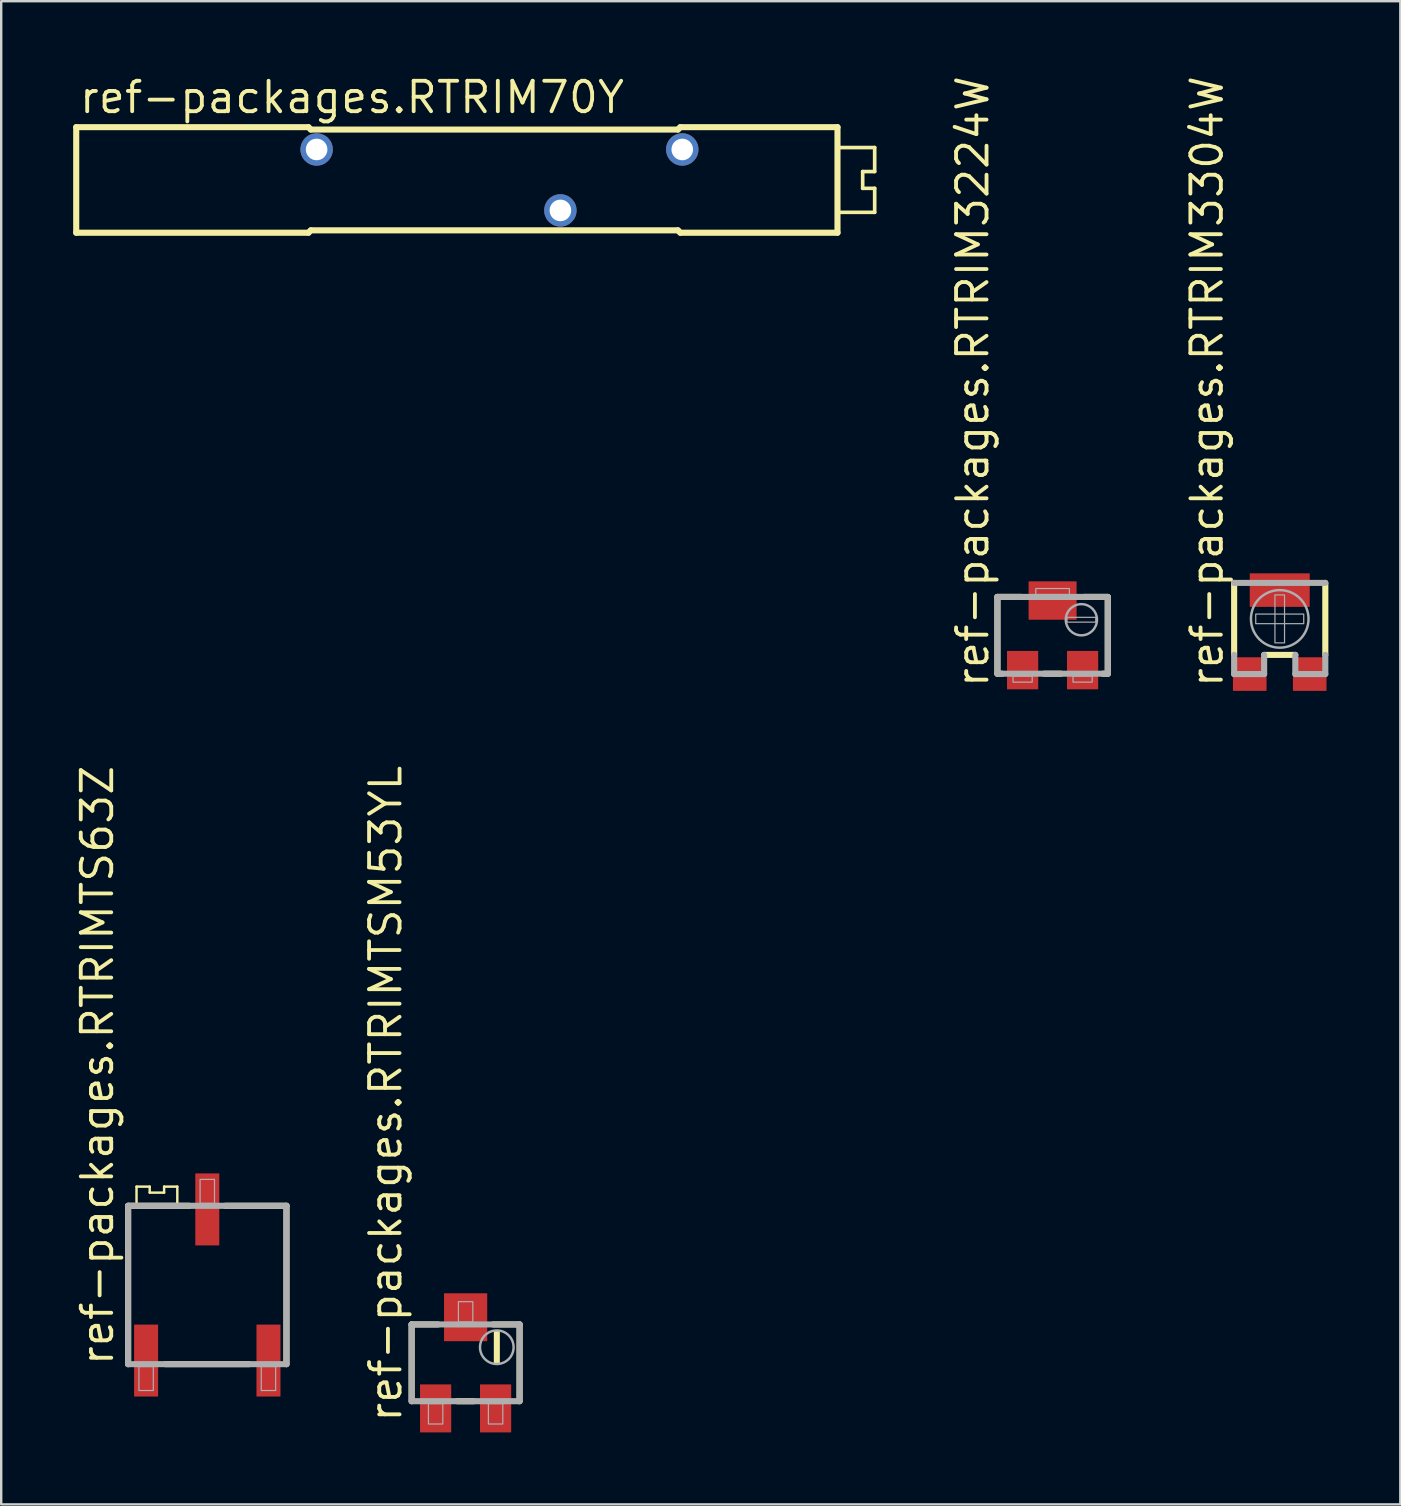
<source format=kicad_pcb>
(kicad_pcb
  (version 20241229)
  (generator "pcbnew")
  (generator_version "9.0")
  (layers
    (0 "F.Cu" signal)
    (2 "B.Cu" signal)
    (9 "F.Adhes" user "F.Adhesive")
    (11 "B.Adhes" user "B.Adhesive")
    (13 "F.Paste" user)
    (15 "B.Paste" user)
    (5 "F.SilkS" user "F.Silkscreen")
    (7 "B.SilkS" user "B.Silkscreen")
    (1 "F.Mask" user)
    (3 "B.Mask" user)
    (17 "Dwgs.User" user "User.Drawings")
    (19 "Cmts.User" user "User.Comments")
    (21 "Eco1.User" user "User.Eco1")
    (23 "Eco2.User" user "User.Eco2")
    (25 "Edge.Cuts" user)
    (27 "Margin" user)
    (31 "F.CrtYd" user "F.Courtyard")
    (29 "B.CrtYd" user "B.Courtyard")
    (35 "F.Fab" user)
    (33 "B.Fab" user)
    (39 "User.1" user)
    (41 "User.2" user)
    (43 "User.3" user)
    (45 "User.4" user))
  (footprint "ref-packages.RTRIM3224W"
    (layer "F.Cu")
    (at 40.823 23.431)
    (property "Reference" "ref-packages.RTRIM3224W" (at -2.59 2.255 90) (layer "F.SilkS") (effects (font (size 1.27 1.27) (thickness 0.16)) (justify left bottom)))
    (attr smd)
    (fp_line (start -2.3 -1.6) (end -1.3 -1.6) (stroke (width 0.254) (type default)) (layer "F.SilkS"))
    (fp_line (start -2.3 1.6) (end -2.3 -1.6) (stroke (width 0.254) (type default)) (layer "F.SilkS"))
    (fp_line (start -2.1 1.6) (end -2.3 1.6) (stroke (width 0.254) (type default)) (layer "F.SilkS"))
    (fp_line (start 0.35 1.6) (end -0.35 1.6) (stroke (width 0.254) (type default)) (layer "F.SilkS"))
    (fp_line (start 1.3 -1.6) (end 2.3 -1.6) (stroke (width 0.254) (type default)) (layer "F.SilkS"))
    (fp_line (start 2.3 -1.6) (end 2.3 1.6) (stroke (width 0.254) (type default)) (layer "F.SilkS"))
    (fp_line (start 2.3 1.6) (end 2.1 1.6) (stroke (width 0.254) (type default)) (layer "F.SilkS"))
    (fp_line (start -2.3 -1.6) (end 2.3 -1.6) (stroke (width 0.254) (type default)) (layer "F.Fab"))
    (fp_line (start -2.3 1.6) (end -2.3 -1.6) (stroke (width 0.254) (type default)) (layer "F.Fab"))
    (fp_line (start 2.3 -1.6) (end 2.3 1.6) (stroke (width 0.254) (type default)) (layer "F.Fab"))
    (fp_line (start 2.3 1.6) (end -2.3 1.6) (stroke (width 0.254) (type default)) (layer "F.Fab"))
    (fp_rect (start -1.65 1.95) (end -0.85 1.7) (stroke (width 0.05) (type default)) (fill no) (layer "F.Fab"))
    (fp_rect (start -0.7 -1.7) (end 0.7 -1.95) (stroke (width 0.05) (type default)) (fill no) (layer "F.Fab"))
    (fp_rect (start 0.6 -0.55) (end 1.8 -0.75) (stroke (width 0.05) (type default)) (fill no) (layer "F.Fab"))
    (fp_rect (start 0.85 1.95) (end 1.65 1.7) (stroke (width 0.05) (type default)) (fill no) (layer "F.Fab"))
    (fp_circle (center 1.2 -0.65) (end 1.85 -0.65) (stroke (width 0.102) (type default)) (fill no) (layer "F.Fab"))
    (pad "1" smd roundrect (at -1.25 1.45) (size 1.3 1.6) (layers "F.Cu" "F.Mask" "F.Paste") (roundrect_rratio 0.01))
    (pad "2" smd roundrect (at 0 -1.45) (size 2 1.6) (layers "F.Cu" "F.Mask" "F.Paste") (roundrect_rratio 0.01))
    (pad "3" smd roundrect (at 1.25 1.45) (size 1.3 1.6) (layers "F.Cu" "F.Mask" "F.Paste") (roundrect_rratio 0.01)))
  (footprint "ref-packages.RTRIM3304W"
    (layer "F.Cu")
    (at 50.29 23.146)
    (property "Reference" "ref-packages.RTRIM3304W" (at -2.29 2.54 90) (layer "F.SilkS") (effects (font (size 1.27 1.27) (thickness 0.16)) (justify left bottom)))
    (attr smd)
    (fp_line (start -1.9 1.1) (end -1.9 -1.9) (stroke (width 0.254) (type default)) (layer "F.SilkS"))
    (fp_line (start 0.65 1.1) (end -0.65 1.1) (stroke (width 0.254) (type default)) (layer "F.SilkS"))
    (fp_line (start 1.9 -1.9) (end 1.9 1.1) (stroke (width 0.254) (type default)) (layer "F.SilkS"))
    (fp_line (start -1.9 -1.9) (end 1.9 -1.9) (stroke (width 0.254) (type default)) (layer "F.Fab"))
    (fp_line (start -1.9 1.9) (end -1.9 1.1) (stroke (width 0.254) (type default)) (layer "F.Fab"))
    (fp_line (start -0.65 1.1) (end -0.65 1.9) (stroke (width 0.254) (type default)) (layer "F.Fab"))
    (fp_line (start -0.65 1.9) (end -1.9 1.9) (stroke (width 0.254) (type default)) (layer "F.Fab"))
    (fp_line (start 0.65 1.9) (end 0.65 1.1) (stroke (width 0.254) (type default)) (layer "F.Fab"))
    (fp_line (start 1.9 1.1) (end 1.9 1.9) (stroke (width 0.254) (type default)) (layer "F.Fab"))
    (fp_line (start 1.9 1.9) (end 0.65 1.9) (stroke (width 0.254) (type default)) (layer "F.Fab"))
    (fp_rect (start -1 -0.2) (end 1 -0.6) (stroke (width 0.05) (type default)) (fill no) (layer "F.Fab"))
    (fp_rect (start -0.2 0.6) (end 0.2 -1.4) (stroke (width 0.05) (type default)) (fill no) (layer "F.Fab"))
    (fp_circle (center 0 -0.4) (end 1.2 -0.4) (stroke (width 0.102) (type default)) (fill no) (layer "F.Fab"))
    (pad "1" smd roundrect (at -1.25 1.9) (size 1.4 1.4) (layers "F.Cu" "F.Mask" "F.Paste") (roundrect_rratio 0.01))
    (pad "2" smd roundrect (at 0 -1.6) (size 2.5 1.4) (layers "F.Cu" "F.Mask" "F.Paste") (roundrect_rratio 0.01))
    (pad "3" smd roundrect (at 1.25 1.9) (size 1.4 1.4) (layers "F.Cu" "F.Mask" "F.Paste") (roundrect_rratio 0.01)))
  (footprint "ref-packages.RTRIM70Y"
    (layer "F.Cu")
    (at 16.497 4.45)
    (property "Reference" "ref-packages.RTRIM70Y" (at -16.32 -2.7 0) (layer "F.SilkS") (effects (font (size 1.27 1.27) (thickness 0.16)) (justify left bottom)))
    (attr through_hole)
    (fp_line (start -16.37 -2.2) (end -16.37 2.2) (stroke (width 0.254) (type default)) (layer "F.SilkS"))
    (fp_line (start -16.37 2.2) (end -6.69 2.2) (stroke (width 0.254) (type default)) (layer "F.SilkS"))
    (fp_line (start -6.69 -2.2) (end -16.37 -2.2) (stroke (width 0.254) (type default)) (layer "F.SilkS"))
    (fp_line (start -6.59 -2.1) (end -6.69 -2.2) (stroke (width 0.254) (type default)) (layer "F.SilkS"))
    (fp_line (start -6.59 2.1) (end -6.69 2.2) (stroke (width 0.254) (type default)) (layer "F.SilkS"))
    (fp_line (start 8.71 -2.1) (end -6.59 -2.1) (stroke (width 0.254) (type default)) (layer "F.SilkS"))
    (fp_line (start 8.71 2.1) (end -6.59 2.1) (stroke (width 0.254) (type default)) (layer "F.SilkS"))
    (fp_line (start 8.71 2.1) (end 8.81 2.2) (stroke (width 0.254) (type default)) (layer "F.SilkS"))
    (fp_line (start 8.81 -2.2) (end 8.71 -2.1) (stroke (width 0.254) (type default)) (layer "F.SilkS"))
    (fp_line (start 8.81 2.2) (end 15.36 2.2) (stroke (width 0.254) (type default)) (layer "F.SilkS"))
    (fp_line (start 15.36 -2.2) (end 8.81 -2.2) (stroke (width 0.254) (type default)) (layer "F.SilkS"))
    (fp_line (start 15.36 2.2) (end 15.36 -2.2) (stroke (width 0.254) (type default)) (layer "F.SilkS"))
    (fp_line (start 15.46 -1.35) (end 16.91 -1.35) (stroke (width 0.152) (type default)) (layer "F.SilkS"))
    (fp_line (start 16.41 -0.35) (end 16.41 0.35) (stroke (width 0.152) (type default)) (layer "F.SilkS"))
    (fp_line (start 16.41 0.35) (end 16.91 0.35) (stroke (width 0.152) (type default)) (layer "F.SilkS"))
    (fp_line (start 16.91 -1.35) (end 16.91 -0.35) (stroke (width 0.152) (type default)) (layer "F.SilkS"))
    (fp_line (start 16.91 -0.35) (end 16.41 -0.35) (stroke (width 0.152) (type default)) (layer "F.SilkS"))
    (fp_line (start 16.91 0.35) (end 16.91 1.35) (stroke (width 0.152) (type default)) (layer "F.SilkS"))
    (fp_line (start 16.91 1.35) (end 15.46 1.35) (stroke (width 0.152) (type default)) (layer "F.SilkS"))
    (pad "1" thru_hole circle (at -6.35 -1.27) (size 1.35 1.35) (drill 0.9) (layers "*.Cu" "*.Mask"))
    (pad "2" thru_hole circle (at 3.81 1.27) (size 1.35 1.35) (drill 0.9) (layers "*.Cu" "*.Mask"))
    (pad "3" thru_hole circle (at 8.89 -1.27) (size 1.35 1.35) (drill 0.9) (layers "*.Cu" "*.Mask")))
  (footprint "ref-packages.RTRIMTSM53YL"
    (layer "F.Cu")
    (at 16.357 53.753)
    (property "Reference" "ref-packages.RTRIMTSM53YL" (at -2.59 2.555 90) (layer "F.SilkS") (effects (font (size 1.27 1.27) (thickness 0.16)) (justify left bottom)))
    (attr smd)
    (fp_line (start -2.25 -1.6) (end -1.15 -1.6) (stroke (width 0.254) (type default)) (layer "F.SilkS"))
    (fp_line (start -2.25 1.6) (end -2.25 -1.6) (stroke (width 0.254) (type default)) (layer "F.SilkS"))
    (fp_line (start -0.35 1.6) (end 0.35 1.6) (stroke (width 0.254) (type default)) (layer "F.SilkS"))
    (fp_line (start 2.25 -1.6) (end 1.15 -1.6) (stroke (width 0.254) (type default)) (layer "F.SilkS"))
    (fp_line (start 2.25 1.6) (end 2.25 -1.6) (stroke (width 0.254) (type default)) (layer "F.SilkS"))
    (fp_rect (start 1.2 0) (end 1.4 -1.3) (stroke (width 0.05) (type default)) (fill yes) (layer "F.SilkS"))
    (fp_line (start -2.25 -1.6) (end -2.25 1.6) (stroke (width 0.254) (type default)) (layer "F.Fab"))
    (fp_line (start -2.25 1.6) (end 2.25 1.6) (stroke (width 0.254) (type default)) (layer "F.Fab"))
    (fp_line (start 2.25 -1.6) (end -2.25 -1.6) (stroke (width 0.254) (type default)) (layer "F.Fab"))
    (fp_line (start 2.25 1.6) (end 2.25 -1.6) (stroke (width 0.254) (type default)) (layer "F.Fab"))
    (fp_rect (start -1.55 2.55) (end -0.95 1.7) (stroke (width 0.05) (type default)) (fill no) (layer "F.Fab"))
    (fp_rect (start -0.3 -1.7) (end 0.3 -2.55) (stroke (width 0.05) (type default)) (fill no) (layer "F.Fab"))
    (fp_rect (start 0.95 2.55) (end 1.55 1.7) (stroke (width 0.05) (type default)) (fill no) (layer "F.Fab"))
    (fp_circle (center 1.3 -0.65) (end 2 -0.65) (stroke (width 0.102) (type default)) (fill no) (layer "F.Fab"))
    (pad "1" smd roundrect (at -1.25 1.9) (size 1.3 2) (layers "F.Cu" "F.Mask" "F.Paste") (roundrect_rratio 0.01))
    (pad "2" smd roundrect (at 0 -1.9) (size 1.8 2) (layers "F.Cu" "F.Mask" "F.Paste") (roundrect_rratio 0.01))
    (pad "3" smd roundrect (at 1.25 1.9) (size 1.3 2) (layers "F.Cu" "F.Mask" "F.Paste") (roundrect_rratio 0.01)))
  (footprint "ref-packages.RTRIMTS63Z"
    (layer "F.Cu")
    (at 5.59 50.509)
    (property "Reference" "ref-packages.RTRIMTS63Z" (at -3.84 3.44 90) (layer "F.SilkS") (effects (font (size 1.27 1.27) (thickness 0.16)) (justify left bottom)))
    (attr smd)
    (fp_line (start -3.3 -3.3) (end -3.3 3.3) (stroke (width 0.254) (type default)) (layer "F.SilkS"))
    (fp_line (start -2.95 -4.1) (end -2.4 -4.1) (stroke (width 0.102) (type default)) (layer "F.SilkS"))
    (fp_line (start -2.95 -3.45) (end -2.95 -4.1) (stroke (width 0.102) (type default)) (layer "F.SilkS"))
    (fp_line (start -2.4 -4.1) (end -2.4 -3.85) (stroke (width 0.102) (type default)) (layer "F.SilkS"))
    (fp_line (start -2.4 -3.85) (end -1.8 -3.85) (stroke (width 0.102) (type default)) (layer "F.SilkS"))
    (fp_line (start -1.8 -4.1) (end -1.25 -4.1) (stroke (width 0.102) (type default)) (layer "F.SilkS"))
    (fp_line (start -1.8 -3.85) (end -1.8 -4.1) (stroke (width 0.102) (type default)) (layer "F.SilkS"))
    (fp_line (start -1.75 3.3) (end 1.75 3.3) (stroke (width 0.254) (type default)) (layer "F.SilkS"))
    (fp_line (start -1.25 -4.1) (end -1.25 -3.4) (stroke (width 0.102) (type default)) (layer "F.SilkS"))
    (fp_line (start -0.75 -3.3) (end -3.3 -3.3) (stroke (width 0.254) (type default)) (layer "F.SilkS"))
    (fp_line (start 3.3 -3.3) (end 0.75 -3.3) (stroke (width 0.254) (type default)) (layer "F.SilkS"))
    (fp_line (start 3.3 3.3) (end 3.3 -3.3) (stroke (width 0.254) (type default)) (layer "F.SilkS"))
    (fp_line (start -3.3 -3.3) (end -3.3 3.3) (stroke (width 0.254) (type default)) (layer "F.Fab"))
    (fp_line (start -3.3 3.3) (end 3.3 3.3) (stroke (width 0.254) (type default)) (layer "F.Fab"))
    (fp_line (start 3.3 -3.3) (end -3.3 -3.3) (stroke (width 0.254) (type default)) (layer "F.Fab"))
    (fp_line (start 3.3 3.3) (end 3.3 -3.3) (stroke (width 0.254) (type default)) (layer "F.Fab"))
    (fp_rect (start -2.85 4.4) (end -2.25 3.4) (stroke (width 0.05) (type default)) (fill no) (layer "F.Fab"))
    (fp_rect (start -0.3 -3.4) (end 0.3 -4.4) (stroke (width 0.05) (type default)) (fill no) (layer "F.Fab"))
    (fp_rect (start 2.25 4.4) (end 2.85 3.4) (stroke (width 0.05) (type default)) (fill no) (layer "F.Fab"))
    (pad "1" smd roundrect (at -2.55 3.15) (size 1 3) (layers "F.Cu" "F.Mask" "F.Paste") (roundrect_rratio 0.01))
    (pad "2" smd roundrect (at 0 -3.15) (size 1 3) (layers "F.Cu" "F.Mask" "F.Paste") (roundrect_rratio 0.01))
    (pad "3" smd roundrect (at 2.55 3.15) (size 1 3) (layers "F.Cu" "F.Mask" "F.Paste") (roundrect_rratio 0.01)))
  (gr_rect
    (start -3 -3)
    (end 55.317 59.653)
    (stroke (width 0.1) (type default))
    (fill no)
    (layer "Edge.Cuts")))
</source>
